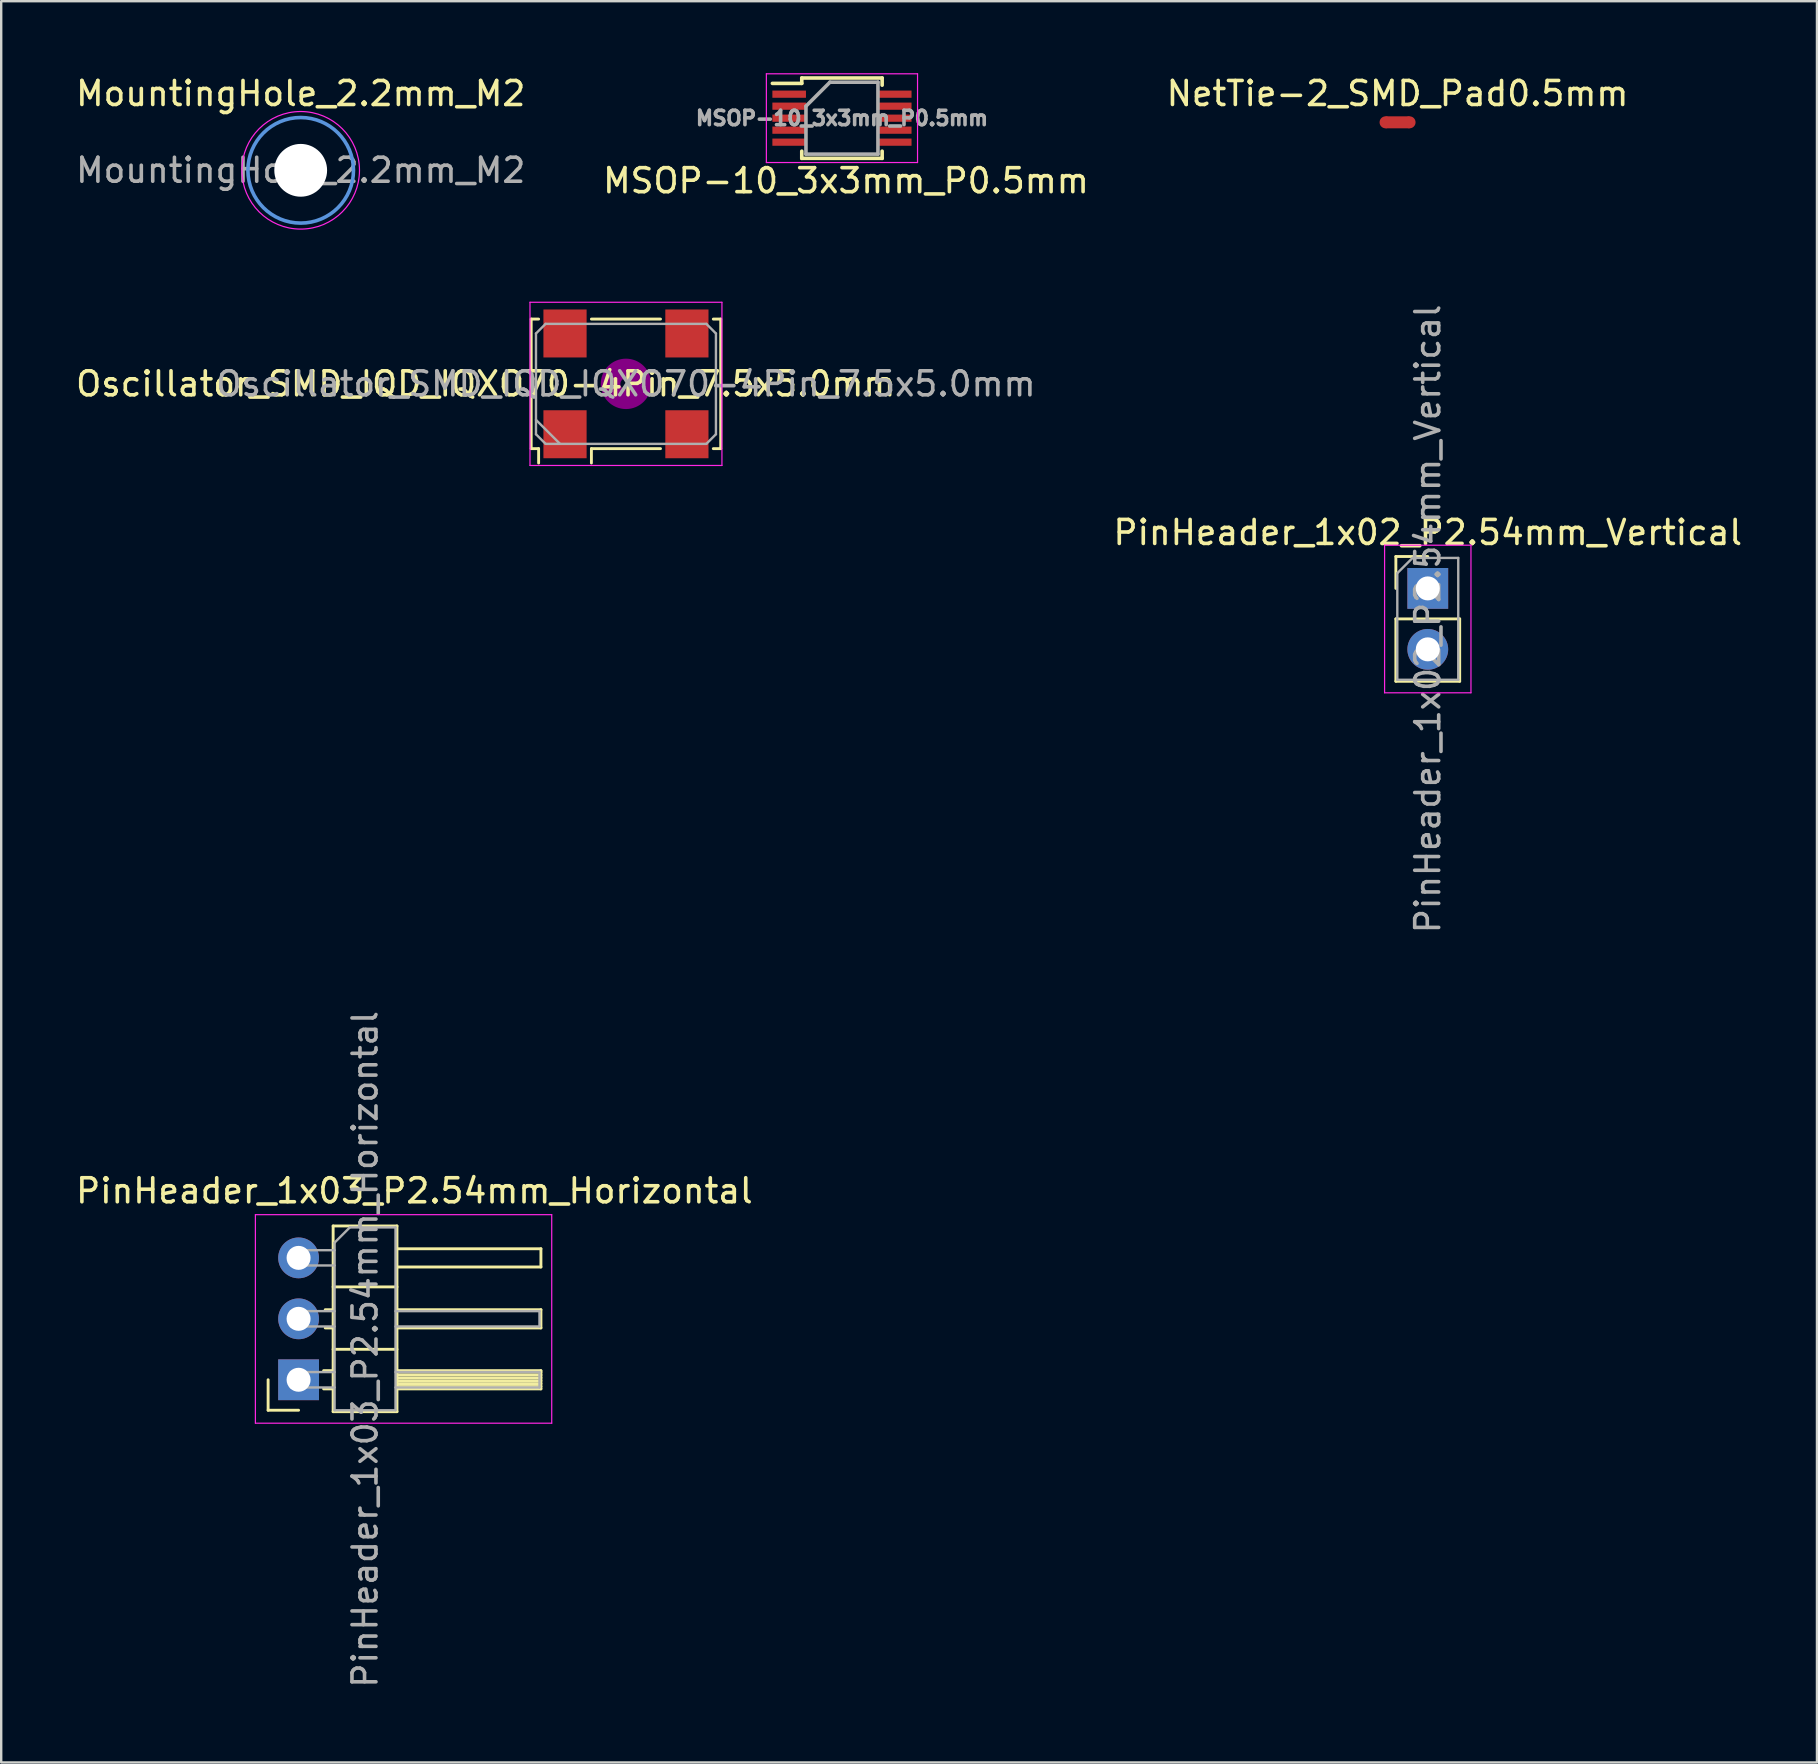
<source format=kicad_pcb>
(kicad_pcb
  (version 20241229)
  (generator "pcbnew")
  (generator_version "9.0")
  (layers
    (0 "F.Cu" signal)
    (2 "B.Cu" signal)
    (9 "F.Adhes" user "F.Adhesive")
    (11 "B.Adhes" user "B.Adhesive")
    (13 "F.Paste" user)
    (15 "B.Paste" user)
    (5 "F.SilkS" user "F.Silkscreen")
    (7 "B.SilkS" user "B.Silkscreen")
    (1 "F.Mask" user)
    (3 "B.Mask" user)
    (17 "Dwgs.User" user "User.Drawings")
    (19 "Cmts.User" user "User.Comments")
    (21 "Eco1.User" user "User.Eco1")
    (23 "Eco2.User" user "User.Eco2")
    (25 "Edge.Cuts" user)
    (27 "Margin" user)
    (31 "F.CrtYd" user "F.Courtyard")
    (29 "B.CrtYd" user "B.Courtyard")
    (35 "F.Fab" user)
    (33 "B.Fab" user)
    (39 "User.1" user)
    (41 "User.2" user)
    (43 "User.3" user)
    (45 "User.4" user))
  (footprint "PinHeader_1x03_P2.54mm_Horizontal"
    (layer "F.Cu")
    (at 9.394 51.914)
    (property "Reference" "PinHeader_1x03_P2.54mm_Horizontal" (at 4.826 -5.334 180) (layer "F.SilkS") (effects (font (size 1 1) (thickness 0.15))))
    (attr through_hole)
    (fp_line (start -1.27 2.54) (end -1.27 3.81) (stroke (width 0.12) (type solid)) (layer "F.SilkS"))
    (fp_line (start -1.27 3.81) (end 0 3.81) (stroke (width 0.12) (type solid)) (layer "F.SilkS"))
    (fp_line (start 1.043 2.16) (end 1.44 2.16) (stroke (width 0.12) (type solid)) (layer "F.SilkS"))
    (fp_line (start 1.043 2.92) (end 1.44 2.92) (stroke (width 0.12) (type solid)) (layer "F.SilkS"))
    (fp_line (start 1.11 -0.38) (end 1.44 -0.38) (stroke (width 0.12) (type solid)) (layer "F.SilkS"))
    (fp_line (start 1.11 0.38) (end 1.44 0.38) (stroke (width 0.12) (type solid)) (layer "F.SilkS"))
    (fp_line (start 1.44 -3.87) (end 1.44 3.87) (stroke (width 0.12) (type solid)) (layer "F.SilkS"))
    (fp_line (start 1.44 1.27) (end 4.1 1.27) (stroke (width 0.12) (type solid)) (layer "F.SilkS"))
    (fp_line (start 1.44 3.87) (end 4.1 3.87) (stroke (width 0.12) (type solid)) (layer "F.SilkS"))
    (fp_line (start 4.1 -3.87) (end 1.44 -3.87) (stroke (width 0.12) (type solid)) (layer "F.SilkS"))
    (fp_line (start 4.1 -2.92) (end 10.1 -2.92) (stroke (width 0.12) (type solid)) (layer "F.SilkS"))
    (fp_line (start 4.1 -1.33) (end 1.44 -1.33) (stroke (width 0.12) (type solid)) (layer "F.SilkS"))
    (fp_line (start 4.1 -0.38) (end 10.1 -0.38) (stroke (width 0.12) (type solid)) (layer "F.SilkS"))
    (fp_line (start 4.1 2.16) (end 10.1 2.16) (stroke (width 0.12) (type solid)) (layer "F.SilkS"))
    (fp_line (start 4.1 2.22) (end 10.1 2.22) (stroke (width 0.12) (type solid)) (layer "F.SilkS"))
    (fp_line (start 4.1 2.34) (end 10.1 2.34) (stroke (width 0.12) (type solid)) (layer "F.SilkS"))
    (fp_line (start 4.1 2.46) (end 10.1 2.46) (stroke (width 0.12) (type solid)) (layer "F.SilkS"))
    (fp_line (start 4.1 2.58) (end 10.1 2.58) (stroke (width 0.12) (type solid)) (layer "F.SilkS"))
    (fp_line (start 4.1 2.7) (end 10.1 2.7) (stroke (width 0.12) (type solid)) (layer "F.SilkS"))
    (fp_line (start 4.1 2.82) (end 10.1 2.82) (stroke (width 0.12) (type solid)) (layer "F.SilkS"))
    (fp_line (start 4.1 3.87) (end 4.1 -3.87) (stroke (width 0.12) (type solid)) (layer "F.SilkS"))
    (fp_line (start 10.1 -2.92) (end 10.1 -2.16) (stroke (width 0.12) (type solid)) (layer "F.SilkS"))
    (fp_line (start 10.1 -2.16) (end 4.1 -2.16) (stroke (width 0.12) (type solid)) (layer "F.SilkS"))
    (fp_line (start 10.1 -0.38) (end 10.1 0.38) (stroke (width 0.12) (type solid)) (layer "F.SilkS"))
    (fp_line (start 10.1 0.38) (end 4.1 0.38) (stroke (width 0.12) (type solid)) (layer "F.SilkS"))
    (fp_line (start 10.1 2.16) (end 10.1 2.92) (stroke (width 0.12) (type solid)) (layer "F.SilkS"))
    (fp_line (start 10.1 2.92) (end 4.1 2.92) (stroke (width 0.12) (type solid)) (layer "F.SilkS"))
    (fp_line (start -1.8 -4.34) (end -1.8 4.35) (stroke (width 0.05) (type solid)) (layer "F.CrtYd"))
    (fp_line (start -1.8 4.35) (end 10.55 4.35) (stroke (width 0.05) (type solid)) (layer "F.CrtYd"))
    (fp_line (start 10.55 -4.34) (end -1.8 -4.34) (stroke (width 0.05) (type solid)) (layer "F.CrtYd"))
    (fp_line (start 10.55 4.35) (end 10.55 -4.34) (stroke (width 0.05) (type solid)) (layer "F.CrtYd"))
    (fp_line (start -0.32 -2.86) (end 1.5 -2.86) (stroke (width 0.1) (type solid)) (layer "F.Fab"))
    (fp_line (start -0.32 -2.223) (end 1.5 -2.223) (stroke (width 0.1) (type solid)) (layer "F.Fab"))
    (fp_line (start -0.32 -0.32) (end -0.32 0.32) (stroke (width 0.1) (type solid)) (layer "F.Fab"))
    (fp_line (start -0.32 -0.32) (end 1.5 -0.32) (stroke (width 0.1) (type solid)) (layer "F.Fab"))
    (fp_line (start -0.32 0.32) (end 1.5 0.32) (stroke (width 0.1) (type solid)) (layer "F.Fab"))
    (fp_line (start -0.32 2.22) (end -0.32 2.86) (stroke (width 0.1) (type solid)) (layer "F.Fab"))
    (fp_line (start -0.32 2.22) (end 1.5 2.22) (stroke (width 0.1) (type solid)) (layer "F.Fab"))
    (fp_line (start -0.32 2.86) (end 1.5 2.86) (stroke (width 0.1) (type solid)) (layer "F.Fab"))
    (fp_line (start 1.5 -3.175) (end 2.135 -3.81) (stroke (width 0.1) (type solid)) (layer "F.Fab"))
    (fp_line (start 1.5 3.81) (end 1.5 -3.175) (stroke (width 0.1) (type solid)) (layer "F.Fab"))
    (fp_line (start 2.135 -3.81) (end 4.04 -3.81) (stroke (width 0.1) (type solid)) (layer "F.Fab"))
    (fp_line (start 4.04 -3.81) (end 4.04 3.81) (stroke (width 0.1) (type solid)) (layer "F.Fab"))
    (fp_line (start 4.04 -0.32) (end 10.04 -0.32) (stroke (width 0.1) (type solid)) (layer "F.Fab"))
    (fp_line (start 4.04 0.32) (end 10.04 0.32) (stroke (width 0.1) (type solid)) (layer "F.Fab"))
    (fp_line (start 4.04 2.22) (end 10.04 2.22) (stroke (width 0.1) (type solid)) (layer "F.Fab"))
    (fp_line (start 4.04 2.86) (end 10.04 2.86) (stroke (width 0.1) (type solid)) (layer "F.Fab"))
    (fp_line (start 4.04 3.81) (end 1.5 3.81) (stroke (width 0.1) (type solid)) (layer "F.Fab"))
    (fp_line (start 10.04 -0.32) (end 10.04 0.32) (stroke (width 0.1) (type solid)) (layer "F.Fab"))
    (fp_line (start 10.04 2.22) (end 10.04 2.86) (stroke (width 0.1) (type solid)) (layer "F.Fab"))
    (fp_text user "${REFERENCE}" (at 2.77 1.27 90) (layer "F.Fab") (effects (font (size 1 1) (thickness 0.15))))
    (pad "1" thru_hole rect (at 0 2.54) (size 1.7 1.7) (drill 1) (layers "*.Cu" "*.Mask"))
    (pad "2" thru_hole oval (at 0 0) (size 1.7 1.7) (drill 1) (layers "*.Cu" "*.Mask"))
    (pad "3" thru_hole oval (at 0 -2.54) (size 1.7 1.7) (drill 1) (layers "*.Cu" "*.Mask")))
  (footprint "MountingHole_2.2mm_M2"
    (layer "F.Cu")
    (at 9.482 4.048)
    (property "Reference" "MountingHole_2.2mm_M2" (at 0 -3.2 0) (layer "F.SilkS") (effects (font (size 1 1) (thickness 0.15))))
    (attr exclude_from_pos_files)
    (fp_circle (center 0 0) (end 2.2 0) (stroke (width 0.15) (type solid)) (fill no) (layer "Cmts.User"))
    (fp_circle (center 0 0) (end 2.45 0) (stroke (width 0.05) (type solid)) (fill no) (layer "F.CrtYd"))
    (fp_text user "${REFERENCE}" (at 0 0 0) (layer "F.Fab") (effects (font (size 1 1) (thickness 0.15))))
    (pad "" np_thru_hole circle (at 0 0) (size 2.2 2.2) (drill 2.2) (layers "*.Cu" "*.Mask")))
  (footprint "Oscillator_SMD_IQD_IQXO70-4Pin_7.5x5.0mm"
    (layer "F.Cu")
    (at 23.038 12.948)
    (property "Reference" "Oscillator_SMD_IQD_IQXO70-4Pin_7.5x5.0mm" (at -5.842 0 180) (layer "F.SilkS") (effects (font (size 1 1) (thickness 0.15))))
    (attr smd)
    (fp_line (start -3.95 -2.7) (end -3.64 -2.7) (stroke (width 0.12) (type solid)) (layer "F.SilkS"))
    (fp_line (start -3.95 2.7) (end -3.95 -2.7) (stroke (width 0.12) (type solid)) (layer "F.SilkS"))
    (fp_line (start -3.64 2.7) (end -3.95 2.7) (stroke (width 0.12) (type solid)) (layer "F.SilkS"))
    (fp_line (start -3.64 3.3) (end -3.64 2.7) (stroke (width 0.12) (type solid)) (layer "F.SilkS"))
    (fp_line (start -1.44 -2.7) (end 1.44 -2.7) (stroke (width 0.12) (type solid)) (layer "F.SilkS"))
    (fp_line (start -1.44 2.7) (end -1.44 3.3) (stroke (width 0.12) (type solid)) (layer "F.SilkS"))
    (fp_line (start 1.44 2.7) (end -1.44 2.7) (stroke (width 0.12) (type solid)) (layer "F.SilkS"))
    (fp_line (start 3.64 -2.7) (end 3.95 -2.7) (stroke (width 0.12) (type solid)) (layer "F.SilkS"))
    (fp_line (start 3.95 -2.7) (end 3.95 2.7) (stroke (width 0.12) (type solid)) (layer "F.SilkS"))
    (fp_line (start 3.95 2.7) (end 3.64 2.7) (stroke (width 0.12) (type solid)) (layer "F.SilkS"))
    (fp_circle (center 0 0) (end 0.233 0) (stroke (width 0.467) (type solid)) (fill no) (layer "F.Adhes"))
    (fp_circle (center 0 0) (end 0.533 0) (stroke (width 0.333) (type solid)) (fill no) (layer "F.Adhes"))
    (fp_circle (center 0 0) (end 0.833 0) (stroke (width 0.333) (type solid)) (fill no) (layer "F.Adhes"))
    (fp_circle (center 0 0) (end 1 0) (stroke (width 0.1) (type solid)) (fill no) (layer "F.Adhes"))
    (fp_line (start -4 -3.4) (end -4 3.4) (stroke (width 0.05) (type solid)) (layer "F.CrtYd"))
    (fp_line (start -4 3.4) (end 4 3.4) (stroke (width 0.05) (type solid)) (layer "F.CrtYd"))
    (fp_line (start 4 -3.4) (end -4 -3.4) (stroke (width 0.05) (type solid)) (layer "F.CrtYd"))
    (fp_line (start 4 3.4) (end 4 -3.4) (stroke (width 0.05) (type solid)) (layer "F.CrtYd"))
    (fp_line (start -3.75 -2.1) (end -3.35 -2.5) (stroke (width 0.1) (type solid)) (layer "F.Fab"))
    (fp_line (start -3.75 1.5) (end -2.75 2.5) (stroke (width 0.1) (type solid)) (layer "F.Fab"))
    (fp_line (start -3.75 2.1) (end -3.75 -2.1) (stroke (width 0.1) (type solid)) (layer "F.Fab"))
    (fp_line (start -3.35 -2.5) (end 3.35 -2.5) (stroke (width 0.1) (type solid)) (layer "F.Fab"))
    (fp_line (start -3.35 2.5) (end -3.75 2.1) (stroke (width 0.1) (type solid)) (layer "F.Fab"))
    (fp_line (start 3.35 -2.5) (end 3.75 -2.1) (stroke (width 0.1) (type solid)) (layer "F.Fab"))
    (fp_line (start 3.35 2.5) (end -3.35 2.5) (stroke (width 0.1) (type solid)) (layer "F.Fab"))
    (fp_line (start 3.75 -2.1) (end 3.75 2.1) (stroke (width 0.1) (type solid)) (layer "F.Fab"))
    (fp_line (start 3.75 2.1) (end 3.35 2.5) (stroke (width 0.1) (type solid)) (layer "F.Fab"))
    (fp_text user "${REFERENCE}" (at 0 0 180) (layer "F.Fab") (effects (font (size 1 1) (thickness 0.15))))
    (pad "1" smd rect (at -2.54 2.1) (size 1.8 2) (layers "F.Cu" "F.Mask" "F.Paste"))
    (pad "2" smd rect (at 2.54 2.1) (size 1.8 2) (layers "F.Cu" "F.Mask" "F.Paste"))
    (pad "3" smd rect (at 2.54 -2.1) (size 1.8 2) (layers "F.Cu" "F.Mask" "F.Paste"))
    (pad "4" smd rect (at -2.54 -2.1) (size 1.8 2) (layers "F.Cu" "F.Mask" "F.Paste")))
  (footprint "PinHeader_1x02_P2.54mm_Vertical"
    (layer "F.Cu")
    (at 56.455 21.473)
    (property "Reference" "PinHeader_1x02_P2.54mm_Vertical" (at 0 -2.33 0) (layer "F.SilkS") (effects (font (size 1 1) (thickness 0.15))))
    (attr through_hole)
    (fp_line (start -1.33 -1.33) (end 0 -1.33) (stroke (width 0.12) (type solid)) (layer "F.SilkS"))
    (fp_line (start -1.33 0) (end -1.33 -1.33) (stroke (width 0.12) (type solid)) (layer "F.SilkS"))
    (fp_line (start -1.33 1.27) (end -1.33 3.87) (stroke (width 0.12) (type solid)) (layer "F.SilkS"))
    (fp_line (start -1.33 1.27) (end 1.33 1.27) (stroke (width 0.12) (type solid)) (layer "F.SilkS"))
    (fp_line (start -1.33 3.87) (end 1.33 3.87) (stroke (width 0.12) (type solid)) (layer "F.SilkS"))
    (fp_line (start 1.33 1.27) (end 1.33 3.87) (stroke (width 0.12) (type solid)) (layer "F.SilkS"))
    (fp_line (start -1.8 -1.8) (end -1.8 4.35) (stroke (width 0.05) (type solid)) (layer "F.CrtYd"))
    (fp_line (start -1.8 4.35) (end 1.8 4.35) (stroke (width 0.05) (type solid)) (layer "F.CrtYd"))
    (fp_line (start 1.8 -1.8) (end -1.8 -1.8) (stroke (width 0.05) (type solid)) (layer "F.CrtYd"))
    (fp_line (start 1.8 4.35) (end 1.8 -1.8) (stroke (width 0.05) (type solid)) (layer "F.CrtYd"))
    (fp_line (start -1.27 -0.635) (end -0.635 -1.27) (stroke (width 0.1) (type solid)) (layer "F.Fab"))
    (fp_line (start -1.27 3.81) (end -1.27 -0.635) (stroke (width 0.1) (type solid)) (layer "F.Fab"))
    (fp_line (start -0.635 -1.27) (end 1.27 -1.27) (stroke (width 0.1) (type solid)) (layer "F.Fab"))
    (fp_line (start 1.27 -1.27) (end 1.27 3.81) (stroke (width 0.1) (type solid)) (layer "F.Fab"))
    (fp_line (start 1.27 3.81) (end -1.27 3.81) (stroke (width 0.1) (type solid)) (layer "F.Fab"))
    (fp_text user "${REFERENCE}" (at 0 1.27 90) (layer "F.Fab") (effects (font (size 1 1) (thickness 0.15))))
    (pad "1" thru_hole rect (at 0 0) (size 1.7 1.7) (drill 1) (layers "*.Cu" "*.Mask"))
    (pad "2" thru_hole oval (at 0 2.54) (size 1.7 1.7) (drill 1) (layers "*.Cu" "*.Mask")))
  (footprint "NetTie-2_SMD_Pad0.5mm"
    (layer "F.Cu")
    (at 55.196 2.048)
    (property "Reference" "NetTie-2_SMD_Pad0.5mm" (at 0 -1.2 180) (layer "F.SilkS") (effects (font (size 1 1) (thickness 0.15))))
    (attr exclude_from_pos_files exclude_from_bom)
    (fp_poly (pts (xy -0.5 -0.25) (xy 0.5 -0.25) (xy 0.5 0.25) (xy -0.5 0.25)) (stroke (width 0) (type solid)) (fill yes) (layer "F.Cu"))
    (pad "1" smd circle (at -0.5 0) (size 0.5 0.5) (layers "F.Cu"))
    (pad "2" smd circle (at 0.5 0) (size 0.5 0.5) (layers "F.Cu")))
  (footprint "MSOP-10_3x3mm_P0.5mm"
    (layer "F.Cu")
    (at 32.04 1.875)
    (property "Reference" "MSOP-10_3x3mm_P0.5mm" (at 0.168 2.607 180) (layer "F.SilkS") (effects (font (size 1 1) (thickness 0.15))))
    (attr smd allow_soldermask_bridges)
    (fp_line (start -1.675 -1.675) (end -1.675 -1.45) (stroke (width 0.15) (type solid)) (layer "F.SilkS"))
    (fp_line (start -1.675 -1.675) (end 1.675 -1.675) (stroke (width 0.15) (type solid)) (layer "F.SilkS"))
    (fp_line (start -1.675 -1.45) (end -2.9 -1.45) (stroke (width 0.15) (type solid)) (layer "F.SilkS"))
    (fp_line (start -1.675 1.675) (end -1.675 1.375) (stroke (width 0.15) (type solid)) (layer "F.SilkS"))
    (fp_line (start -1.675 1.675) (end 1.675 1.675) (stroke (width 0.15) (type solid)) (layer "F.SilkS"))
    (fp_line (start 1.675 -1.675) (end 1.675 -1.375) (stroke (width 0.15) (type solid)) (layer "F.SilkS"))
    (fp_line (start 1.675 1.675) (end 1.675 1.375) (stroke (width 0.15) (type solid)) (layer "F.SilkS"))
    (fp_line (start -3.15 -1.85) (end -3.15 1.85) (stroke (width 0.05) (type solid)) (layer "F.CrtYd"))
    (fp_line (start -3.15 -1.85) (end 3.15 -1.85) (stroke (width 0.05) (type solid)) (layer "F.CrtYd"))
    (fp_line (start -3.15 1.85) (end 3.15 1.85) (stroke (width 0.05) (type solid)) (layer "F.CrtYd"))
    (fp_line (start 3.15 -1.85) (end 3.15 1.85) (stroke (width 0.05) (type solid)) (layer "F.CrtYd"))
    (fp_line (start -1.5 -0.5) (end -0.5 -1.5) (stroke (width 0.15) (type solid)) (layer "F.Fab"))
    (fp_line (start -1.5 1.5) (end -1.5 -0.5) (stroke (width 0.15) (type solid)) (layer "F.Fab"))
    (fp_line (start -0.5 -1.5) (end 1.5 -1.5) (stroke (width 0.15) (type solid)) (layer "F.Fab"))
    (fp_line (start 1.5 -1.5) (end 1.5 1.5) (stroke (width 0.15) (type solid)) (layer "F.Fab"))
    (fp_line (start 1.5 1.5) (end -1.5 1.5) (stroke (width 0.15) (type solid)) (layer "F.Fab"))
    (fp_text user "${REFERENCE}" (at 0 0 180) (layer "F.Fab") (effects (font (size 0.6 0.6) (thickness 0.15))))
    (pad "1" smd rect (at -2.2 -1) (size 1.4 0.3) (layers "F.Cu" "F.Mask" "F.Paste"))
    (pad "2" smd rect (at -2.2 -0.5) (size 1.4 0.3) (layers "F.Cu" "F.Mask" "F.Paste"))
    (pad "3" smd rect (at -2.2 0) (size 1.4 0.3) (layers "F.Cu" "F.Mask" "F.Paste"))
    (pad "4" smd rect (at -2.2 0.5) (size 1.4 0.3) (layers "F.Cu" "F.Mask" "F.Paste"))
    (pad "5" smd rect (at -2.2 1) (size 1.4 0.3) (layers "F.Cu" "F.Mask" "F.Paste"))
    (pad "6" smd rect (at 2.2 1) (size 1.4 0.3) (layers "F.Cu" "F.Mask" "F.Paste"))
    (pad "7" smd rect (at 2.2 0.5) (size 1.4 0.3) (layers "F.Cu" "F.Mask" "F.Paste"))
    (pad "8" smd rect (at 2.2 0) (size 1.4 0.3) (layers "F.Cu" "F.Mask" "F.Paste"))
    (pad "9" smd rect (at 2.2 -0.5) (size 1.4 0.3) (layers "F.Cu" "F.Mask" "F.Paste"))
    (pad "10" smd rect (at 2.2 -1) (size 1.4 0.3) (layers "F.Cu" "F.Mask" "F.Paste")))
  (gr_rect
    (start -3 -3)
    (end 72.675 70.404)
    (stroke (width 0.1) (type default))
    (fill no)
    (layer "Edge.Cuts")))
</source>
